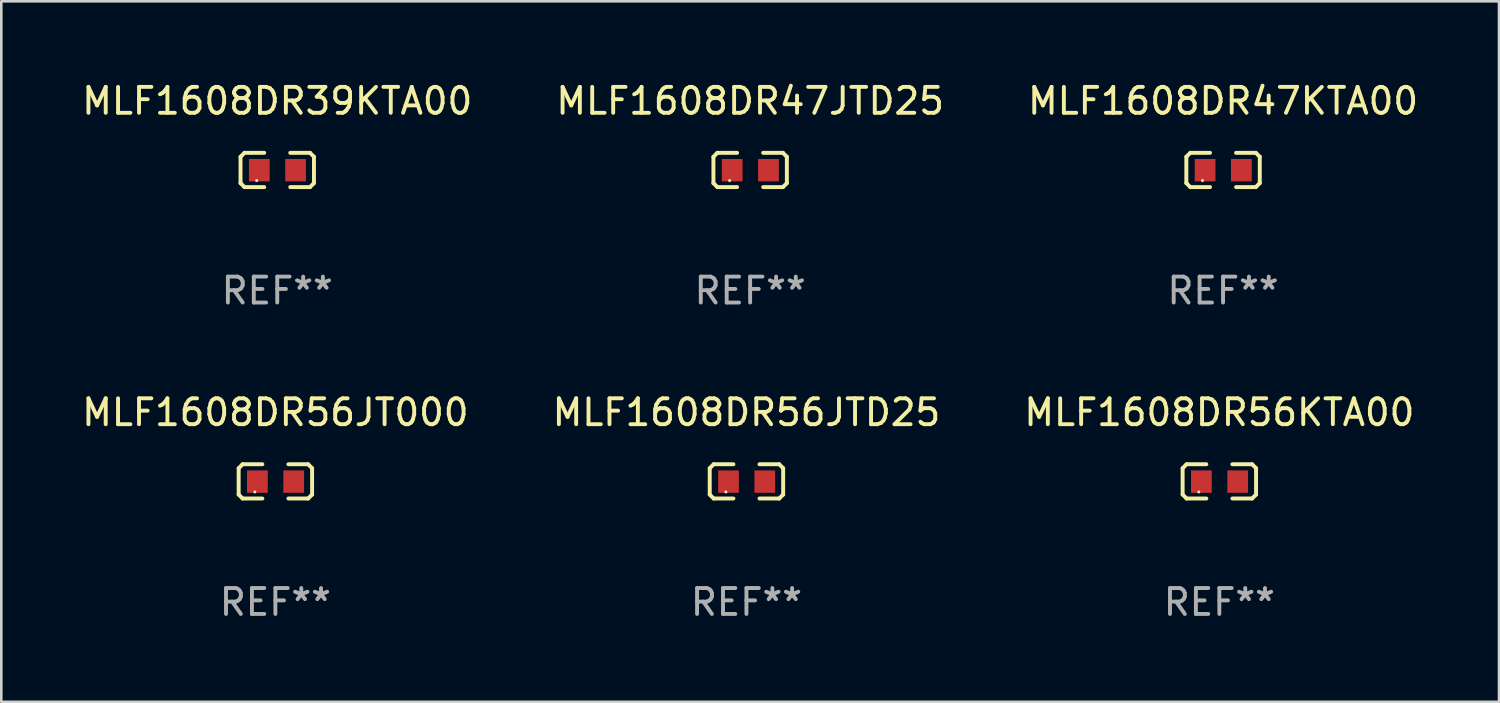
<source format=kicad_pcb>
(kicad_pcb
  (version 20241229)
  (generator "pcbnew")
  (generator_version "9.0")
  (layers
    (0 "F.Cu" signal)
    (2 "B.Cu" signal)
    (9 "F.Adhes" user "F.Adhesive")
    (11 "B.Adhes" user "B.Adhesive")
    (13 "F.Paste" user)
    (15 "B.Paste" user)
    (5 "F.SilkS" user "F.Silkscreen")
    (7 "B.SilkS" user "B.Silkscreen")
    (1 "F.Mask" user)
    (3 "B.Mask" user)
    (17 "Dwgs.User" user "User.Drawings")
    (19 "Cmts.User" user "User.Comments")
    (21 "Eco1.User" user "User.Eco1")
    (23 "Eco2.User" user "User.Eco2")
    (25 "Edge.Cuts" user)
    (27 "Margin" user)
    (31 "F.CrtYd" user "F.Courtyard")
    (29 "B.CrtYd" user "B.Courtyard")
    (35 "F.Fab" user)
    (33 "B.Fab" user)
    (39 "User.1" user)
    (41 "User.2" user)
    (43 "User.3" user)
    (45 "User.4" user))
  (footprint "MLF1608DR47KTA00"
    (layer "F.Cu")
    (at 44.149 3.509)
    (property "Reference" "MLF1608DR47KTA00" (at 0 -2.661 0) (layer "F.SilkS") (effects (font (size 1 1) (thickness 0.15))))
    (attr through_hole)
    (fp_line (start -1.417 -0.508) (end -1.265 -0.661) (stroke (width 0.152) (type solid)) (layer "F.SilkS"))
    (fp_line (start -1.417 0.508) (end -1.417 -0.508) (stroke (width 0.152) (type solid)) (layer "F.SilkS"))
    (fp_line (start -1.265 -0.661) (end -0.503 -0.661) (stroke (width 0.152) (type solid)) (layer "F.SilkS"))
    (fp_line (start -1.265 0.661) (end -1.417 0.508) (stroke (width 0.152) (type solid)) (layer "F.SilkS"))
    (fp_line (start -1.265 0.661) (end -0.503 0.661) (stroke (width 0.152) (type solid)) (layer "F.SilkS"))
    (fp_line (start 1.265 -0.661) (end 0.503 -0.661) (stroke (width 0.152) (type solid)) (layer "F.SilkS"))
    (fp_line (start 1.265 -0.661) (end 1.417 -0.508) (stroke (width 0.152) (type solid)) (layer "F.SilkS"))
    (fp_line (start 1.265 0.661) (end 0.503 0.661) (stroke (width 0.152) (type solid)) (layer "F.SilkS"))
    (fp_line (start 1.417 -0.508) (end 1.417 0.508) (stroke (width 0.152) (type solid)) (layer "F.SilkS"))
    (fp_line (start 1.417 0.508) (end 1.265 0.661) (stroke (width 0.152) (type solid)) (layer "F.SilkS"))
    (fp_circle (center -0.793 0.409) (end -0.763 0.409) (stroke (width 0.06) (type solid)) (fill no) (layer "F.SilkS"))
    (fp_text user "REF**" (at 0 4.661 0) (layer "F.Fab") (effects (font (size 1 1) (thickness 0.15))))
    (pad "1" smd rect (at -0.693 0.009 180) (size 0.8 0.864) (layers "F.Cu" "F.Mask" "F.Paste"))
    (pad "2" smd rect (at 0.707 0.009 180) (size 0.8 0.864) (layers "F.Cu" "F.Mask" "F.Paste")))
  (footprint "MLF1608DR47JTD25"
    (layer "F.Cu")
    (at 25.899 3.509)
    (property "Reference" "MLF1608DR47JTD25" (at 0 -2.661 0) (layer "F.SilkS") (effects (font (size 1 1) (thickness 0.15))))
    (attr through_hole)
    (fp_line (start -1.417 -0.508) (end -1.265 -0.661) (stroke (width 0.152) (type solid)) (layer "F.SilkS"))
    (fp_line (start -1.417 0.508) (end -1.417 -0.508) (stroke (width 0.152) (type solid)) (layer "F.SilkS"))
    (fp_line (start -1.265 -0.661) (end -0.503 -0.661) (stroke (width 0.152) (type solid)) (layer "F.SilkS"))
    (fp_line (start -1.265 0.661) (end -1.417 0.508) (stroke (width 0.152) (type solid)) (layer "F.SilkS"))
    (fp_line (start -1.265 0.661) (end -0.503 0.661) (stroke (width 0.152) (type solid)) (layer "F.SilkS"))
    (fp_line (start 1.265 -0.661) (end 0.503 -0.661) (stroke (width 0.152) (type solid)) (layer "F.SilkS"))
    (fp_line (start 1.265 -0.661) (end 1.417 -0.508) (stroke (width 0.152) (type solid)) (layer "F.SilkS"))
    (fp_line (start 1.265 0.661) (end 0.503 0.661) (stroke (width 0.152) (type solid)) (layer "F.SilkS"))
    (fp_line (start 1.417 -0.508) (end 1.417 0.508) (stroke (width 0.152) (type solid)) (layer "F.SilkS"))
    (fp_line (start 1.417 0.508) (end 1.265 0.661) (stroke (width 0.152) (type solid)) (layer "F.SilkS"))
    (fp_circle (center -0.793 0.409) (end -0.763 0.409) (stroke (width 0.06) (type solid)) (fill no) (layer "F.SilkS"))
    (fp_text user "REF**" (at 0 4.661 0) (layer "F.Fab") (effects (font (size 1 1) (thickness 0.15))))
    (pad "1" smd rect (at -0.693 0.009 180) (size 0.8 0.864) (layers "F.Cu" "F.Mask" "F.Paste"))
    (pad "2" smd rect (at 0.707 0.009 180) (size 0.8 0.864) (layers "F.Cu" "F.Mask" "F.Paste")))
  (footprint "MLF1608DR56KTA00"
    (layer "F.Cu")
    (at 44.006 15.527)
    (property "Reference" "MLF1608DR56KTA00" (at 0 -2.661 0) (layer "F.SilkS") (effects (font (size 1 1) (thickness 0.15))))
    (attr through_hole)
    (fp_line (start -1.417 -0.508) (end -1.265 -0.661) (stroke (width 0.152) (type solid)) (layer "F.SilkS"))
    (fp_line (start -1.417 0.508) (end -1.417 -0.508) (stroke (width 0.152) (type solid)) (layer "F.SilkS"))
    (fp_line (start -1.265 -0.661) (end -0.503 -0.661) (stroke (width 0.152) (type solid)) (layer "F.SilkS"))
    (fp_line (start -1.265 0.661) (end -1.417 0.508) (stroke (width 0.152) (type solid)) (layer "F.SilkS"))
    (fp_line (start -1.265 0.661) (end -0.503 0.661) (stroke (width 0.152) (type solid)) (layer "F.SilkS"))
    (fp_line (start 1.265 -0.661) (end 0.503 -0.661) (stroke (width 0.152) (type solid)) (layer "F.SilkS"))
    (fp_line (start 1.265 -0.661) (end 1.417 -0.508) (stroke (width 0.152) (type solid)) (layer "F.SilkS"))
    (fp_line (start 1.265 0.661) (end 0.503 0.661) (stroke (width 0.152) (type solid)) (layer "F.SilkS"))
    (fp_line (start 1.417 -0.508) (end 1.417 0.508) (stroke (width 0.152) (type solid)) (layer "F.SilkS"))
    (fp_line (start 1.417 0.508) (end 1.265 0.661) (stroke (width 0.152) (type solid)) (layer "F.SilkS"))
    (fp_circle (center -0.793 0.409) (end -0.763 0.409) (stroke (width 0.06) (type solid)) (fill no) (layer "F.SilkS"))
    (fp_text user "REF**" (at 0 4.661 0) (layer "F.Fab") (effects (font (size 1 1) (thickness 0.15))))
    (pad "1" smd rect (at -0.693 0.009 180) (size 0.8 0.864) (layers "F.Cu" "F.Mask" "F.Paste"))
    (pad "2" smd rect (at 0.707 0.009 180) (size 0.8 0.864) (layers "F.Cu" "F.Mask" "F.Paste")))
  (footprint "MLF1608DR56JT000"
    (layer "F.Cu")
    (at 7.577 15.527)
    (property "Reference" "MLF1608DR56JT000" (at 0 -2.661 0) (layer "F.SilkS") (effects (font (size 1 1) (thickness 0.15))))
    (attr through_hole)
    (fp_line (start -1.417 -0.508) (end -1.265 -0.661) (stroke (width 0.152) (type solid)) (layer "F.SilkS"))
    (fp_line (start -1.417 0.508) (end -1.417 -0.508) (stroke (width 0.152) (type solid)) (layer "F.SilkS"))
    (fp_line (start -1.265 -0.661) (end -0.503 -0.661) (stroke (width 0.152) (type solid)) (layer "F.SilkS"))
    (fp_line (start -1.265 0.661) (end -1.417 0.508) (stroke (width 0.152) (type solid)) (layer "F.SilkS"))
    (fp_line (start -1.265 0.661) (end -0.503 0.661) (stroke (width 0.152) (type solid)) (layer "F.SilkS"))
    (fp_line (start 1.265 -0.661) (end 0.503 -0.661) (stroke (width 0.152) (type solid)) (layer "F.SilkS"))
    (fp_line (start 1.265 -0.661) (end 1.417 -0.508) (stroke (width 0.152) (type solid)) (layer "F.SilkS"))
    (fp_line (start 1.265 0.661) (end 0.503 0.661) (stroke (width 0.152) (type solid)) (layer "F.SilkS"))
    (fp_line (start 1.417 -0.508) (end 1.417 0.508) (stroke (width 0.152) (type solid)) (layer "F.SilkS"))
    (fp_line (start 1.417 0.508) (end 1.265 0.661) (stroke (width 0.152) (type solid)) (layer "F.SilkS"))
    (fp_circle (center -0.793 0.409) (end -0.763 0.409) (stroke (width 0.06) (type solid)) (fill no) (layer "F.SilkS"))
    (fp_text user "REF**" (at 0 4.661 0) (layer "F.Fab") (effects (font (size 1 1) (thickness 0.15))))
    (pad "1" smd rect (at -0.693 0.009 180) (size 0.8 0.864) (layers "F.Cu" "F.Mask" "F.Paste"))
    (pad "2" smd rect (at 0.707 0.009 180) (size 0.8 0.864) (layers "F.Cu" "F.Mask" "F.Paste")))
  (footprint "MLF1608DR39KTA00"
    (layer "F.Cu")
    (at 7.649 3.509)
    (property "Reference" "MLF1608DR39KTA00" (at 0 -2.661 0) (layer "F.SilkS") (effects (font (size 1 1) (thickness 0.15))))
    (attr through_hole)
    (fp_line (start -1.417 -0.508) (end -1.265 -0.661) (stroke (width 0.152) (type solid)) (layer "F.SilkS"))
    (fp_line (start -1.417 0.508) (end -1.417 -0.508) (stroke (width 0.152) (type solid)) (layer "F.SilkS"))
    (fp_line (start -1.265 -0.661) (end -0.503 -0.661) (stroke (width 0.152) (type solid)) (layer "F.SilkS"))
    (fp_line (start -1.265 0.661) (end -1.417 0.508) (stroke (width 0.152) (type solid)) (layer "F.SilkS"))
    (fp_line (start -1.265 0.661) (end -0.503 0.661) (stroke (width 0.152) (type solid)) (layer "F.SilkS"))
    (fp_line (start 1.265 -0.661) (end 0.503 -0.661) (stroke (width 0.152) (type solid)) (layer "F.SilkS"))
    (fp_line (start 1.265 -0.661) (end 1.417 -0.508) (stroke (width 0.152) (type solid)) (layer "F.SilkS"))
    (fp_line (start 1.265 0.661) (end 0.503 0.661) (stroke (width 0.152) (type solid)) (layer "F.SilkS"))
    (fp_line (start 1.417 -0.508) (end 1.417 0.508) (stroke (width 0.152) (type solid)) (layer "F.SilkS"))
    (fp_line (start 1.417 0.508) (end 1.265 0.661) (stroke (width 0.152) (type solid)) (layer "F.SilkS"))
    (fp_circle (center -0.793 0.409) (end -0.763 0.409) (stroke (width 0.06) (type solid)) (fill no) (layer "F.SilkS"))
    (fp_text user "REF**" (at 0 4.661 0) (layer "F.Fab") (effects (font (size 1 1) (thickness 0.15))))
    (pad "1" smd rect (at -0.693 0.009 180) (size 0.8 0.864) (layers "F.Cu" "F.Mask" "F.Paste"))
    (pad "2" smd rect (at 0.707 0.009 180) (size 0.8 0.864) (layers "F.Cu" "F.Mask" "F.Paste")))
  (footprint "MLF1608DR56JTD25"
    (layer "F.Cu")
    (at 25.756 15.527)
    (property "Reference" "MLF1608DR56JTD25" (at 0 -2.661 0) (layer "F.SilkS") (effects (font (size 1 1) (thickness 0.15))))
    (attr through_hole)
    (fp_line (start -1.417 -0.508) (end -1.265 -0.661) (stroke (width 0.152) (type solid)) (layer "F.SilkS"))
    (fp_line (start -1.417 0.508) (end -1.417 -0.508) (stroke (width 0.152) (type solid)) (layer "F.SilkS"))
    (fp_line (start -1.265 -0.661) (end -0.503 -0.661) (stroke (width 0.152) (type solid)) (layer "F.SilkS"))
    (fp_line (start -1.265 0.661) (end -1.417 0.508) (stroke (width 0.152) (type solid)) (layer "F.SilkS"))
    (fp_line (start -1.265 0.661) (end -0.503 0.661) (stroke (width 0.152) (type solid)) (layer "F.SilkS"))
    (fp_line (start 1.265 -0.661) (end 0.503 -0.661) (stroke (width 0.152) (type solid)) (layer "F.SilkS"))
    (fp_line (start 1.265 -0.661) (end 1.417 -0.508) (stroke (width 0.152) (type solid)) (layer "F.SilkS"))
    (fp_line (start 1.265 0.661) (end 0.503 0.661) (stroke (width 0.152) (type solid)) (layer "F.SilkS"))
    (fp_line (start 1.417 -0.508) (end 1.417 0.508) (stroke (width 0.152) (type solid)) (layer "F.SilkS"))
    (fp_line (start 1.417 0.508) (end 1.265 0.661) (stroke (width 0.152) (type solid)) (layer "F.SilkS"))
    (fp_circle (center -0.793 0.409) (end -0.763 0.409) (stroke (width 0.06) (type solid)) (fill no) (layer "F.SilkS"))
    (fp_text user "REF**" (at 0 4.661 0) (layer "F.Fab") (effects (font (size 1 1) (thickness 0.15))))
    (pad "1" smd rect (at -0.693 0.009 180) (size 0.8 0.864) (layers "F.Cu" "F.Mask" "F.Paste"))
    (pad "2" smd rect (at 0.707 0.009 180) (size 0.8 0.864) (layers "F.Cu" "F.Mask" "F.Paste")))
  (gr_rect
    (start -3 -3)
    (end 54.798 24.035)
    (stroke (width 0.1) (type default))
    (fill no)
    (layer "Edge.Cuts")))
</source>
